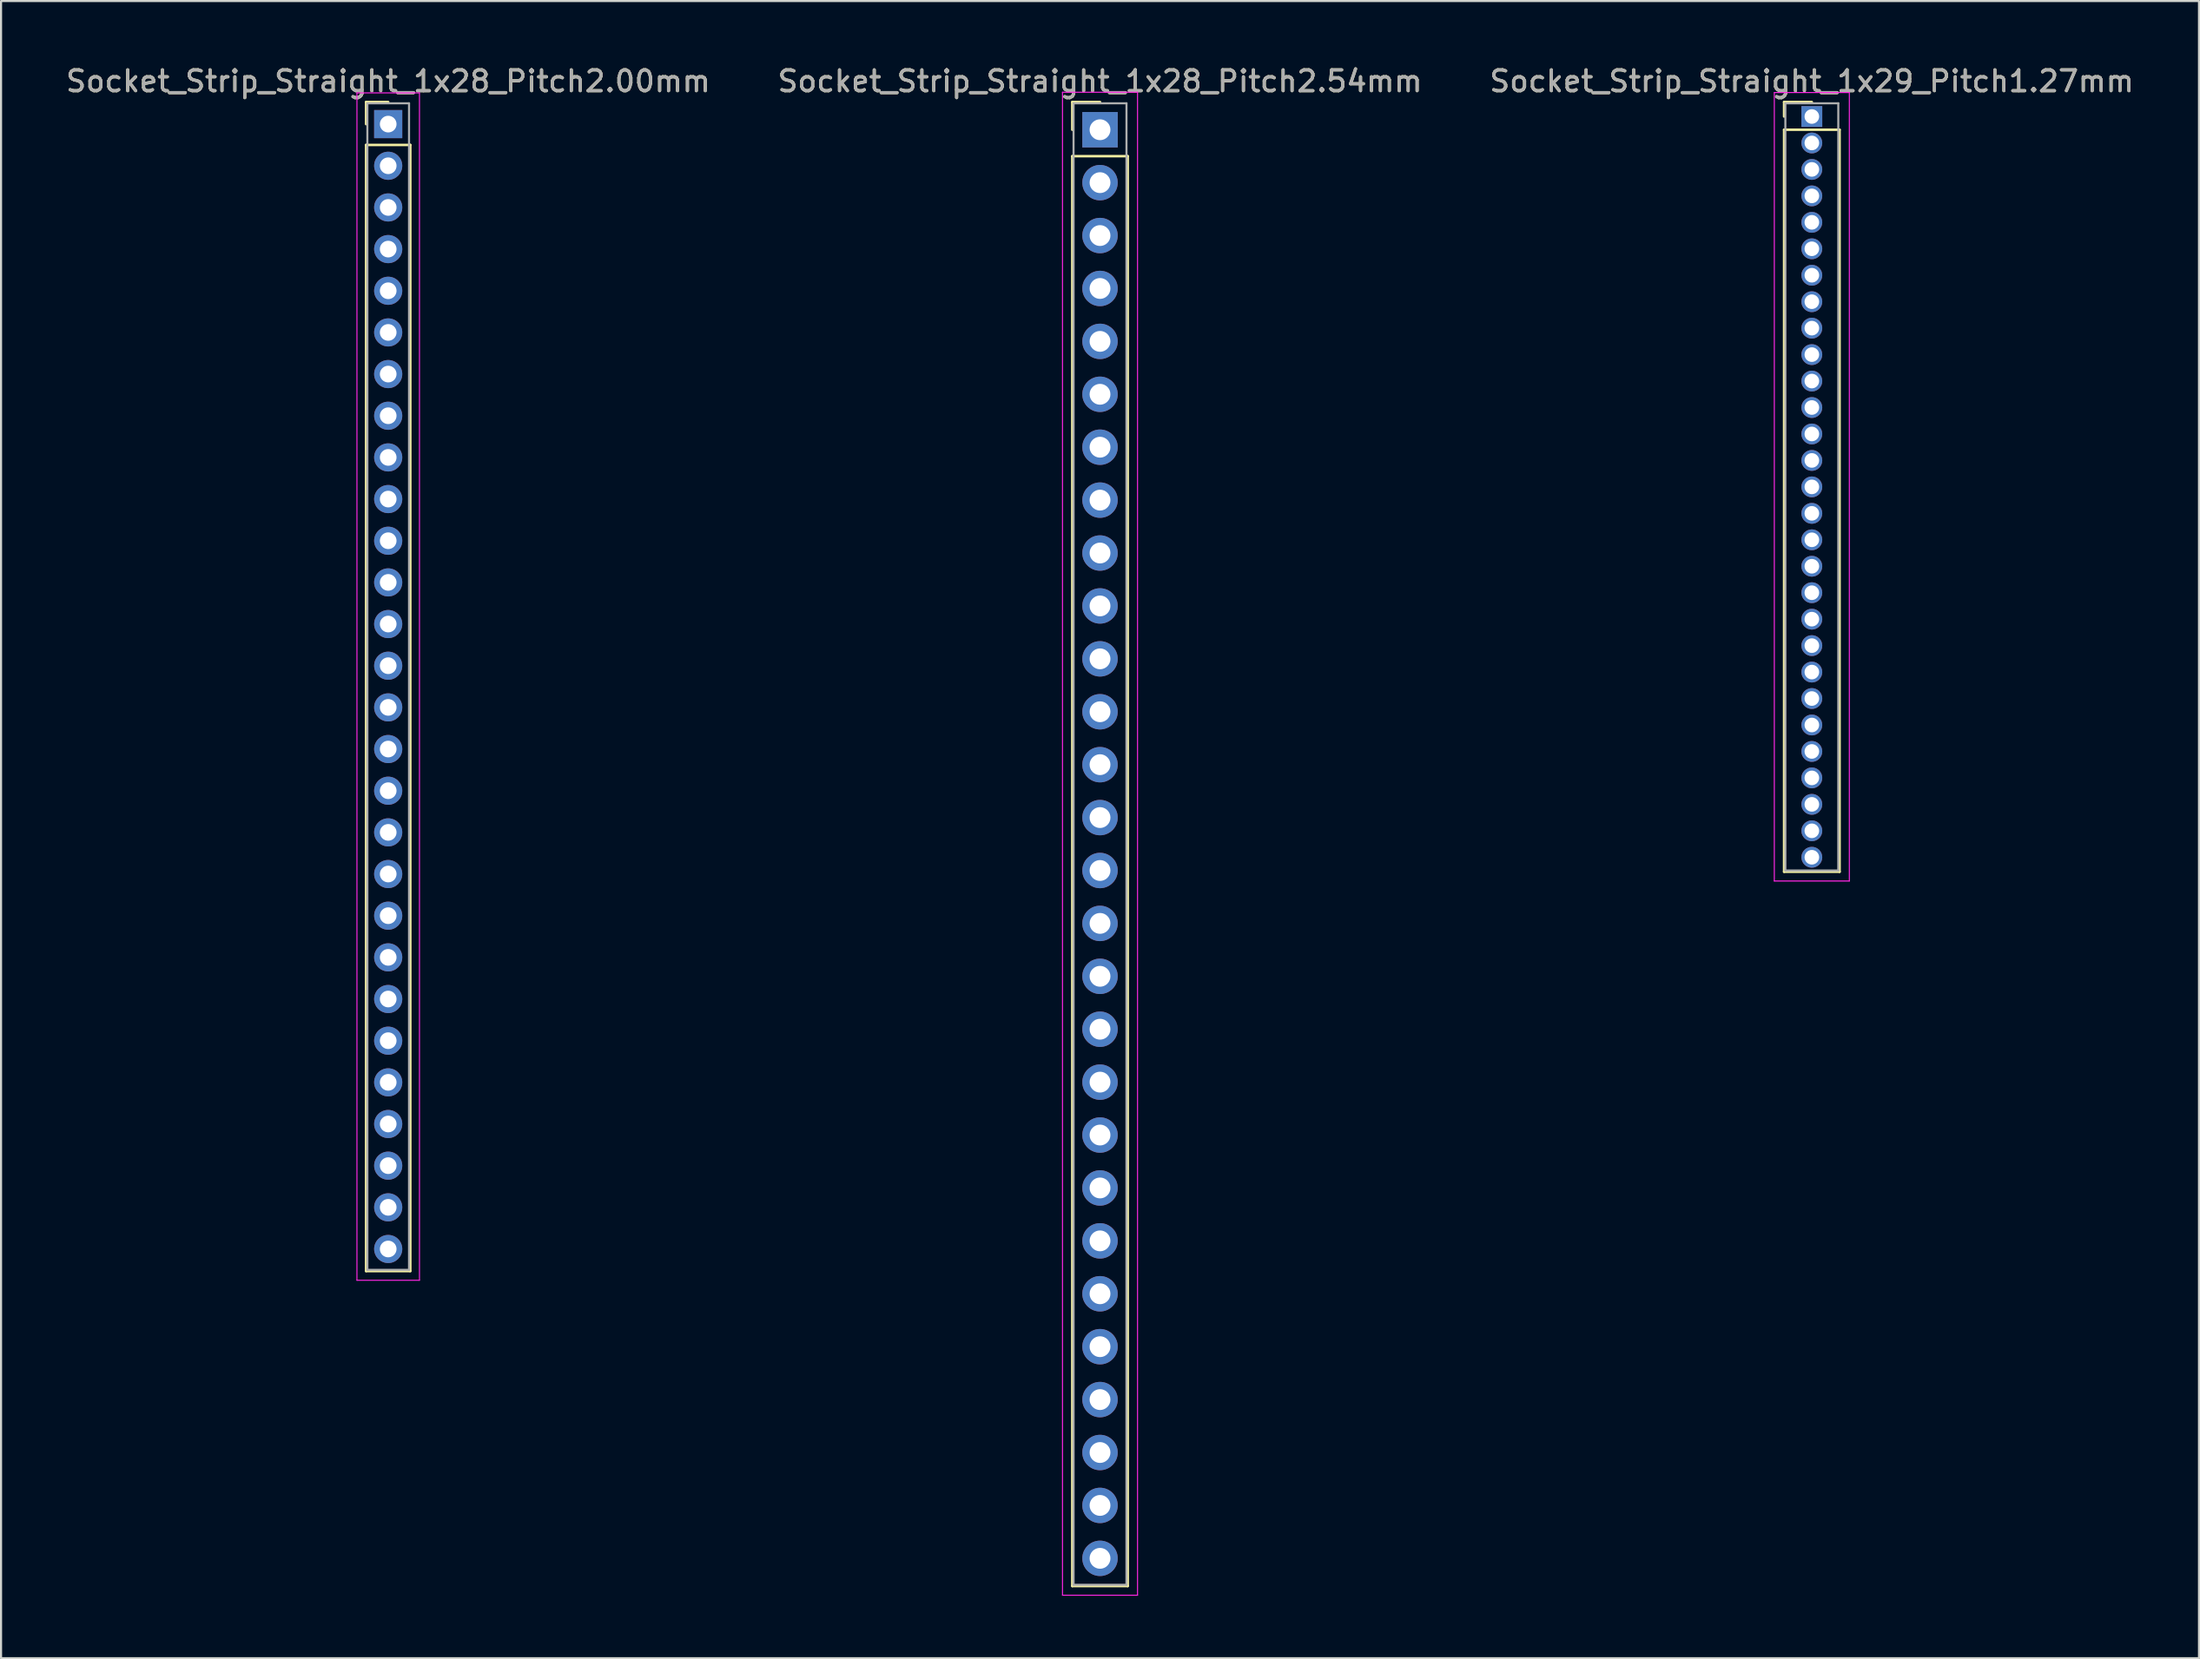
<source format=kicad_pcb>
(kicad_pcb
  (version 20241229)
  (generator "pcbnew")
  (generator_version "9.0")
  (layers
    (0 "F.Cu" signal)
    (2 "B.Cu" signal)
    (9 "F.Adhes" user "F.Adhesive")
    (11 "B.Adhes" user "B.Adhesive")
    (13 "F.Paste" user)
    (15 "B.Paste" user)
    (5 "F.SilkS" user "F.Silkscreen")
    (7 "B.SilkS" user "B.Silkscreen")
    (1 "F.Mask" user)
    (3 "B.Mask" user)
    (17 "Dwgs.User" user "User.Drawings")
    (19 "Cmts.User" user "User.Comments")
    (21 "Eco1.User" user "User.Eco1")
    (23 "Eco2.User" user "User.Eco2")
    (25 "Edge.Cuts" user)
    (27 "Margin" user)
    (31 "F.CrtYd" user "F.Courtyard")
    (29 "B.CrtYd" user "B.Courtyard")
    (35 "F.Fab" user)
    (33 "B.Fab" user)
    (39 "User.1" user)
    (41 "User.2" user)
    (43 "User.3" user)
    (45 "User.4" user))
  (footprint "Socket_Strip_Straight_1x28_Pitch2.54mm"
    (layer "F.Cu")
    (at 49.732 3.178)
    (property "Reference" "Socket_Strip_Straight_1x28_Pitch2.54mm" (at 0 -2.33 0) (layer "F.SilkS") (effects (font (size 1 1) (thickness 0.15))))
    (attr through_hole)
    (fp_line (start -1.33 -1.33) (end 0 -1.33) (stroke (width 0.12) (type solid)) (layer "F.SilkS"))
    (fp_line (start -1.33 0) (end -1.33 -1.33) (stroke (width 0.12) (type solid)) (layer "F.SilkS"))
    (fp_line (start -1.33 1.27) (end -1.33 69.91) (stroke (width 0.12) (type solid)) (layer "F.SilkS"))
    (fp_line (start -1.33 69.91) (end 1.33 69.91) (stroke (width 0.12) (type solid)) (layer "F.SilkS"))
    (fp_line (start 1.33 1.27) (end -1.33 1.27) (stroke (width 0.12) (type solid)) (layer "F.SilkS"))
    (fp_line (start 1.33 69.91) (end 1.33 1.27) (stroke (width 0.12) (type solid)) (layer "F.SilkS"))
    (fp_line (start -1.8 -1.8) (end -1.8 70.35) (stroke (width 0.05) (type solid)) (layer "F.CrtYd"))
    (fp_line (start -1.8 70.35) (end 1.8 70.35) (stroke (width 0.05) (type solid)) (layer "F.CrtYd"))
    (fp_line (start 1.8 -1.8) (end -1.8 -1.8) (stroke (width 0.05) (type solid)) (layer "F.CrtYd"))
    (fp_line (start 1.8 70.35) (end 1.8 -1.8) (stroke (width 0.05) (type solid)) (layer "F.CrtYd"))
    (fp_line (start -1.27 -1.27) (end -1.27 69.85) (stroke (width 0.1) (type solid)) (layer "F.Fab"))
    (fp_line (start -1.27 69.85) (end 1.27 69.85) (stroke (width 0.1) (type solid)) (layer "F.Fab"))
    (fp_line (start 1.27 -1.27) (end -1.27 -1.27) (stroke (width 0.1) (type solid)) (layer "F.Fab"))
    (fp_line (start 1.27 69.85) (end 1.27 -1.27) (stroke (width 0.1) (type solid)) (layer "F.Fab"))
    (fp_text user "${REFERENCE}" (at 0 -2.33 0) (layer "F.Fab") (effects (font (size 1 1) (thickness 0.15))))
    (pad "1" thru_hole rect (at 0 0) (size 1.7 1.7) (drill 1) (layers "*.Cu" "*.Mask"))
    (pad "2" thru_hole oval (at 0 2.54) (size 1.7 1.7) (drill 1) (layers "*.Cu" "*.Mask"))
    (pad "3" thru_hole oval (at 0 5.08) (size 1.7 1.7) (drill 1) (layers "*.Cu" "*.Mask"))
    (pad "4" thru_hole oval (at 0 7.62) (size 1.7 1.7) (drill 1) (layers "*.Cu" "*.Mask"))
    (pad "5" thru_hole oval (at 0 10.16) (size 1.7 1.7) (drill 1) (layers "*.Cu" "*.Mask"))
    (pad "6" thru_hole oval (at 0 12.7) (size 1.7 1.7) (drill 1) (layers "*.Cu" "*.Mask"))
    (pad "7" thru_hole oval (at 0 15.24) (size 1.7 1.7) (drill 1) (layers "*.Cu" "*.Mask"))
    (pad "8" thru_hole oval (at 0 17.78) (size 1.7 1.7) (drill 1) (layers "*.Cu" "*.Mask"))
    (pad "9" thru_hole oval (at 0 20.32) (size 1.7 1.7) (drill 1) (layers "*.Cu" "*.Mask"))
    (pad "10" thru_hole oval (at 0 22.86) (size 1.7 1.7) (drill 1) (layers "*.Cu" "*.Mask"))
    (pad "11" thru_hole oval (at 0 25.4) (size 1.7 1.7) (drill 1) (layers "*.Cu" "*.Mask"))
    (pad "12" thru_hole oval (at 0 27.94) (size 1.7 1.7) (drill 1) (layers "*.Cu" "*.Mask"))
    (pad "13" thru_hole oval (at 0 30.48) (size 1.7 1.7) (drill 1) (layers "*.Cu" "*.Mask"))
    (pad "14" thru_hole oval (at 0 33.02) (size 1.7 1.7) (drill 1) (layers "*.Cu" "*.Mask"))
    (pad "15" thru_hole oval (at 0 35.56) (size 1.7 1.7) (drill 1) (layers "*.Cu" "*.Mask"))
    (pad "16" thru_hole oval (at 0 38.1) (size 1.7 1.7) (drill 1) (layers "*.Cu" "*.Mask"))
    (pad "17" thru_hole oval (at 0 40.64) (size 1.7 1.7) (drill 1) (layers "*.Cu" "*.Mask"))
    (pad "18" thru_hole oval (at 0 43.18) (size 1.7 1.7) (drill 1) (layers "*.Cu" "*.Mask"))
    (pad "19" thru_hole oval (at 0 45.72) (size 1.7 1.7) (drill 1) (layers "*.Cu" "*.Mask"))
    (pad "20" thru_hole oval (at 0 48.26) (size 1.7 1.7) (drill 1) (layers "*.Cu" "*.Mask"))
    (pad "21" thru_hole oval (at 0 50.8) (size 1.7 1.7) (drill 1) (layers "*.Cu" "*.Mask"))
    (pad "22" thru_hole oval (at 0 53.34) (size 1.7 1.7) (drill 1) (layers "*.Cu" "*.Mask"))
    (pad "23" thru_hole oval (at 0 55.88) (size 1.7 1.7) (drill 1) (layers "*.Cu" "*.Mask"))
    (pad "24" thru_hole oval (at 0 58.42) (size 1.7 1.7) (drill 1) (layers "*.Cu" "*.Mask"))
    (pad "25" thru_hole oval (at 0 60.96) (size 1.7 1.7) (drill 1) (layers "*.Cu" "*.Mask"))
    (pad "26" thru_hole oval (at 0 63.5) (size 1.7 1.7) (drill 1) (layers "*.Cu" "*.Mask"))
    (pad "27" thru_hole oval (at 0 66.04) (size 1.7 1.7) (drill 1) (layers "*.Cu" "*.Mask"))
    (pad "28" thru_hole oval (at 0 68.58) (size 1.7 1.7) (drill 1) (layers "*.Cu" "*.Mask")))
  (footprint "Socket_Strip_Straight_1x29_Pitch1.27mm"
    (layer "F.Cu")
    (at 83.887 2.543)
    (property "Reference" "Socket_Strip_Straight_1x29_Pitch1.27mm" (at 0 -1.695 0) (layer "F.SilkS") (effects (font (size 1 1) (thickness 0.15))))
    (attr through_hole)
    (fp_line (start -1.33 -0.695) (end 0 -0.695) (stroke (width 0.12) (type solid)) (layer "F.SilkS"))
    (fp_line (start -1.33 0) (end -1.33 -0.695) (stroke (width 0.12) (type solid)) (layer "F.SilkS"))
    (fp_line (start -1.33 0.635) (end -1.33 36.255) (stroke (width 0.12) (type solid)) (layer "F.SilkS"))
    (fp_line (start -1.33 36.255) (end 1.33 36.255) (stroke (width 0.12) (type solid)) (layer "F.SilkS"))
    (fp_line (start 1.33 0.635) (end -1.33 0.635) (stroke (width 0.12) (type solid)) (layer "F.SilkS"))
    (fp_line (start 1.33 36.255) (end 1.33 0.635) (stroke (width 0.12) (type solid)) (layer "F.SilkS"))
    (fp_line (start -1.8 -1.15) (end -1.8 36.7) (stroke (width 0.05) (type solid)) (layer "F.CrtYd"))
    (fp_line (start -1.8 36.7) (end 1.8 36.7) (stroke (width 0.05) (type solid)) (layer "F.CrtYd"))
    (fp_line (start 1.8 -1.15) (end -1.8 -1.15) (stroke (width 0.05) (type solid)) (layer "F.CrtYd"))
    (fp_line (start 1.8 36.7) (end 1.8 -1.15) (stroke (width 0.05) (type solid)) (layer "F.CrtYd"))
    (fp_line (start -1.27 -0.635) (end -1.27 36.195) (stroke (width 0.1) (type solid)) (layer "F.Fab"))
    (fp_line (start -1.27 36.195) (end 1.27 36.195) (stroke (width 0.1) (type solid)) (layer "F.Fab"))
    (fp_line (start 1.27 -0.635) (end -1.27 -0.635) (stroke (width 0.1) (type solid)) (layer "F.Fab"))
    (fp_line (start 1.27 36.195) (end 1.27 -0.635) (stroke (width 0.1) (type solid)) (layer "F.Fab"))
    (fp_text user "${REFERENCE}" (at 0 -1.695 0) (layer "F.Fab") (effects (font (size 1 1) (thickness 0.15))))
    (pad "1" thru_hole rect (at 0 0) (size 1 1) (drill 0.7) (layers "*.Cu" "*.Mask"))
    (pad "2" thru_hole oval (at 0 1.27) (size 1 1) (drill 0.7) (layers "*.Cu" "*.Mask"))
    (pad "3" thru_hole oval (at 0 2.54) (size 1 1) (drill 0.7) (layers "*.Cu" "*.Mask"))
    (pad "4" thru_hole oval (at 0 3.81) (size 1 1) (drill 0.7) (layers "*.Cu" "*.Mask"))
    (pad "5" thru_hole oval (at 0 5.08) (size 1 1) (drill 0.7) (layers "*.Cu" "*.Mask"))
    (pad "6" thru_hole oval (at 0 6.35) (size 1 1) (drill 0.7) (layers "*.Cu" "*.Mask"))
    (pad "7" thru_hole oval (at 0 7.62) (size 1 1) (drill 0.7) (layers "*.Cu" "*.Mask"))
    (pad "8" thru_hole oval (at 0 8.89) (size 1 1) (drill 0.7) (layers "*.Cu" "*.Mask"))
    (pad "9" thru_hole oval (at 0 10.16) (size 1 1) (drill 0.7) (layers "*.Cu" "*.Mask"))
    (pad "10" thru_hole oval (at 0 11.43) (size 1 1) (drill 0.7) (layers "*.Cu" "*.Mask"))
    (pad "11" thru_hole oval (at 0 12.7) (size 1 1) (drill 0.7) (layers "*.Cu" "*.Mask"))
    (pad "12" thru_hole oval (at 0 13.97) (size 1 1) (drill 0.7) (layers "*.Cu" "*.Mask"))
    (pad "13" thru_hole oval (at 0 15.24) (size 1 1) (drill 0.7) (layers "*.Cu" "*.Mask"))
    (pad "14" thru_hole oval (at 0 16.51) (size 1 1) (drill 0.7) (layers "*.Cu" "*.Mask"))
    (pad "15" thru_hole oval (at 0 17.78) (size 1 1) (drill 0.7) (layers "*.Cu" "*.Mask"))
    (pad "16" thru_hole oval (at 0 19.05) (size 1 1) (drill 0.7) (layers "*.Cu" "*.Mask"))
    (pad "17" thru_hole oval (at 0 20.32) (size 1 1) (drill 0.7) (layers "*.Cu" "*.Mask"))
    (pad "18" thru_hole oval (at 0 21.59) (size 1 1) (drill 0.7) (layers "*.Cu" "*.Mask"))
    (pad "19" thru_hole oval (at 0 22.86) (size 1 1) (drill 0.7) (layers "*.Cu" "*.Mask"))
    (pad "20" thru_hole oval (at 0 24.13) (size 1 1) (drill 0.7) (layers "*.Cu" "*.Mask"))
    (pad "21" thru_hole oval (at 0 25.4) (size 1 1) (drill 0.7) (layers "*.Cu" "*.Mask"))
    (pad "22" thru_hole oval (at 0 26.67) (size 1 1) (drill 0.7) (layers "*.Cu" "*.Mask"))
    (pad "23" thru_hole oval (at 0 27.94) (size 1 1) (drill 0.7) (layers "*.Cu" "*.Mask"))
    (pad "24" thru_hole oval (at 0 29.21) (size 1 1) (drill 0.7) (layers "*.Cu" "*.Mask"))
    (pad "25" thru_hole oval (at 0 30.48) (size 1 1) (drill 0.7) (layers "*.Cu" "*.Mask"))
    (pad "26" thru_hole oval (at 0 31.75) (size 1 1) (drill 0.7) (layers "*.Cu" "*.Mask"))
    (pad "27" thru_hole oval (at 0 33.02) (size 1 1) (drill 0.7) (layers "*.Cu" "*.Mask"))
    (pad "28" thru_hole oval (at 0 34.29) (size 1 1) (drill 0.7) (layers "*.Cu" "*.Mask"))
    (pad "29" thru_hole oval (at 0 35.56) (size 1 1) (drill 0.7) (layers "*.Cu" "*.Mask")))
  (footprint "Socket_Strip_Straight_1x28_Pitch2.00mm"
    (layer "F.Cu")
    (at 15.577 2.908)
    (property "Reference" "Socket_Strip_Straight_1x28_Pitch2.00mm" (at 0 -2.06 0) (layer "F.SilkS") (effects (font (size 1 1) (thickness 0.15))))
    (attr through_hole)
    (fp_line (start -1.06 -1.06) (end 0 -1.06) (stroke (width 0.12) (type solid)) (layer "F.SilkS"))
    (fp_line (start -1.06 0) (end -1.06 -1.06) (stroke (width 0.12) (type solid)) (layer "F.SilkS"))
    (fp_line (start -1.06 1) (end -1.06 55.06) (stroke (width 0.12) (type solid)) (layer "F.SilkS"))
    (fp_line (start -1.06 55.06) (end 1.06 55.06) (stroke (width 0.12) (type solid)) (layer "F.SilkS"))
    (fp_line (start 1.06 1) (end -1.06 1) (stroke (width 0.12) (type solid)) (layer "F.SilkS"))
    (fp_line (start 1.06 55.06) (end 1.06 1) (stroke (width 0.12) (type solid)) (layer "F.SilkS"))
    (fp_line (start -1.5 -1.5) (end -1.5 55.5) (stroke (width 0.05) (type solid)) (layer "F.CrtYd"))
    (fp_line (start -1.5 55.5) (end 1.5 55.5) (stroke (width 0.05) (type solid)) (layer "F.CrtYd"))
    (fp_line (start 1.5 -1.5) (end -1.5 -1.5) (stroke (width 0.05) (type solid)) (layer "F.CrtYd"))
    (fp_line (start 1.5 55.5) (end 1.5 -1.5) (stroke (width 0.05) (type solid)) (layer "F.CrtYd"))
    (fp_line (start -1 -1) (end -1 55) (stroke (width 0.1) (type solid)) (layer "F.Fab"))
    (fp_line (start -1 55) (end 1 55) (stroke (width 0.1) (type solid)) (layer "F.Fab"))
    (fp_line (start 1 -1) (end -1 -1) (stroke (width 0.1) (type solid)) (layer "F.Fab"))
    (fp_line (start 1 55) (end 1 -1) (stroke (width 0.1) (type solid)) (layer "F.Fab"))
    (fp_text user "${REFERENCE}" (at 0 -2.06 0) (layer "F.Fab") (effects (font (size 1 1) (thickness 0.15))))
    (pad "1" thru_hole rect (at 0 0) (size 1.35 1.35) (drill 0.8) (layers "*.Cu" "*.Mask"))
    (pad "2" thru_hole oval (at 0 2) (size 1.35 1.35) (drill 0.8) (layers "*.Cu" "*.Mask"))
    (pad "3" thru_hole oval (at 0 4) (size 1.35 1.35) (drill 0.8) (layers "*.Cu" "*.Mask"))
    (pad "4" thru_hole oval (at 0 6) (size 1.35 1.35) (drill 0.8) (layers "*.Cu" "*.Mask"))
    (pad "5" thru_hole oval (at 0 8) (size 1.35 1.35) (drill 0.8) (layers "*.Cu" "*.Mask"))
    (pad "6" thru_hole oval (at 0 10) (size 1.35 1.35) (drill 0.8) (layers "*.Cu" "*.Mask"))
    (pad "7" thru_hole oval (at 0 12) (size 1.35 1.35) (drill 0.8) (layers "*.Cu" "*.Mask"))
    (pad "8" thru_hole oval (at 0 14) (size 1.35 1.35) (drill 0.8) (layers "*.Cu" "*.Mask"))
    (pad "9" thru_hole oval (at 0 16) (size 1.35 1.35) (drill 0.8) (layers "*.Cu" "*.Mask"))
    (pad "10" thru_hole oval (at 0 18) (size 1.35 1.35) (drill 0.8) (layers "*.Cu" "*.Mask"))
    (pad "11" thru_hole oval (at 0 20) (size 1.35 1.35) (drill 0.8) (layers "*.Cu" "*.Mask"))
    (pad "12" thru_hole oval (at 0 22) (size 1.35 1.35) (drill 0.8) (layers "*.Cu" "*.Mask"))
    (pad "13" thru_hole oval (at 0 24) (size 1.35 1.35) (drill 0.8) (layers "*.Cu" "*.Mask"))
    (pad "14" thru_hole oval (at 0 26) (size 1.35 1.35) (drill 0.8) (layers "*.Cu" "*.Mask"))
    (pad "15" thru_hole oval (at 0 28) (size 1.35 1.35) (drill 0.8) (layers "*.Cu" "*.Mask"))
    (pad "16" thru_hole oval (at 0 30) (size 1.35 1.35) (drill 0.8) (layers "*.Cu" "*.Mask"))
    (pad "17" thru_hole oval (at 0 32) (size 1.35 1.35) (drill 0.8) (layers "*.Cu" "*.Mask"))
    (pad "18" thru_hole oval (at 0 34) (size 1.35 1.35) (drill 0.8) (layers "*.Cu" "*.Mask"))
    (pad "19" thru_hole oval (at 0 36) (size 1.35 1.35) (drill 0.8) (layers "*.Cu" "*.Mask"))
    (pad "20" thru_hole oval (at 0 38) (size 1.35 1.35) (drill 0.8) (layers "*.Cu" "*.Mask"))
    (pad "21" thru_hole oval (at 0 40) (size 1.35 1.35) (drill 0.8) (layers "*.Cu" "*.Mask"))
    (pad "22" thru_hole oval (at 0 42) (size 1.35 1.35) (drill 0.8) (layers "*.Cu" "*.Mask"))
    (pad "23" thru_hole oval (at 0 44) (size 1.35 1.35) (drill 0.8) (layers "*.Cu" "*.Mask"))
    (pad "24" thru_hole oval (at 0 46) (size 1.35 1.35) (drill 0.8) (layers "*.Cu" "*.Mask"))
    (pad "25" thru_hole oval (at 0 48) (size 1.35 1.35) (drill 0.8) (layers "*.Cu" "*.Mask"))
    (pad "26" thru_hole oval (at 0 50) (size 1.35 1.35) (drill 0.8) (layers "*.Cu" "*.Mask"))
    (pad "27" thru_hole oval (at 0 52) (size 1.35 1.35) (drill 0.8) (layers "*.Cu" "*.Mask"))
    (pad "28" thru_hole oval (at 0 54) (size 1.35 1.35) (drill 0.8) (layers "*.Cu" "*.Mask")))
  (gr_rect
    (start -3 -3)
    (end 102.464 76.553)
    (stroke (width 0.1) (type default))
    (fill no)
    (layer "Edge.Cuts")))
</source>
